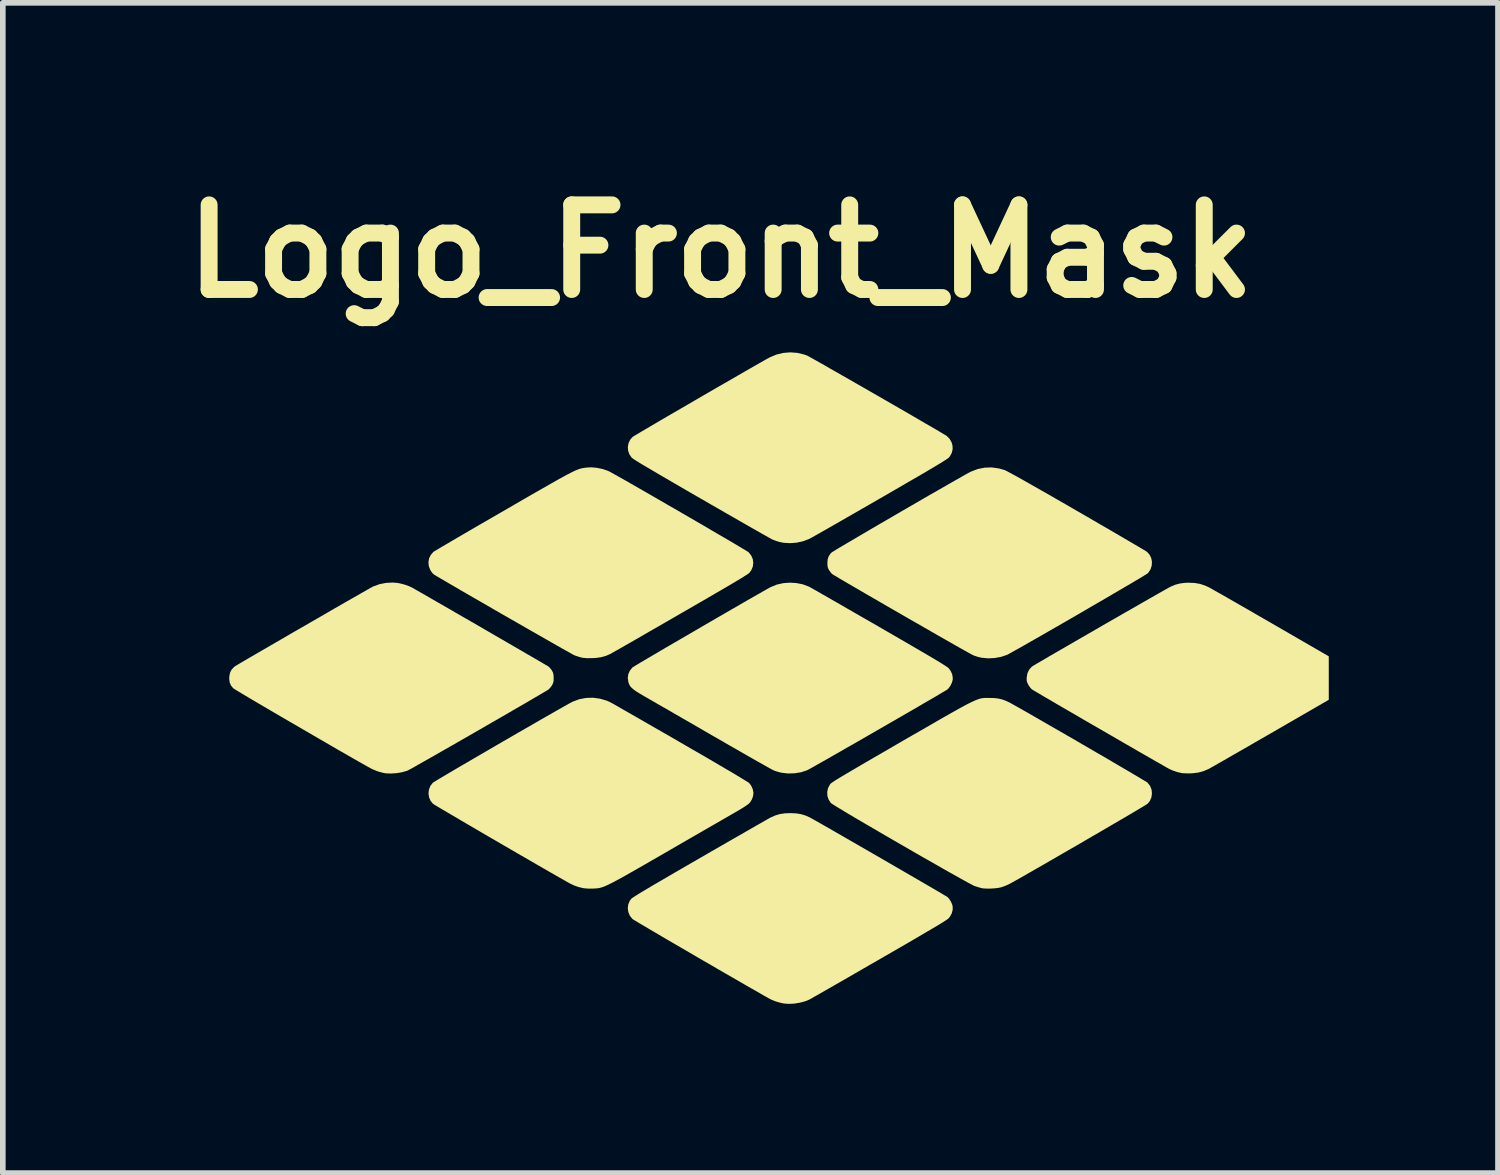
<source format=kicad_pcb>
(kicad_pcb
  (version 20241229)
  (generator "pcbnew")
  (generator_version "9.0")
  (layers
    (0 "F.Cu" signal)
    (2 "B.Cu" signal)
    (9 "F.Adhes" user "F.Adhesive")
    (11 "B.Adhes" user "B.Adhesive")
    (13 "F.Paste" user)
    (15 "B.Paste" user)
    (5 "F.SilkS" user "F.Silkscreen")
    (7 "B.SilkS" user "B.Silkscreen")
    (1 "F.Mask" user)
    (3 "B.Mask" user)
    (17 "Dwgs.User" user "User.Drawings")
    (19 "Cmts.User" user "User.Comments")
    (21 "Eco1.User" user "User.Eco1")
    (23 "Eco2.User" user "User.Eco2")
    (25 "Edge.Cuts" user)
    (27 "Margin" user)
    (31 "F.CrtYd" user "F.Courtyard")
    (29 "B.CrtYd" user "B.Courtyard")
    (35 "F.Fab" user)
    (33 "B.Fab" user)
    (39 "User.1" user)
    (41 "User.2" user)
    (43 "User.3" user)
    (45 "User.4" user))
  (footprint "Logo_Front_Mask"
    (layer "F.Cu")
    (at 9.729 14.404)
    (property "Reference" "Logo_Front_Mask" (at 0 -13 0) (layer "F.SilkS") (effects (font (size 1.5 1.5) (thickness 0.3))))
    (attr board_only exclude_from_pos_files exclude_from_bom)
    (fp_poly (pts (xy 8.403 -7.118) (xy 8.5 -7.101) (xy 8.593 -7.069) (xy 8.662 -7.037) (xy 8.684 -7.025) (xy 8.723 -7.003) (xy 8.777 -6.972) (xy 8.846 -6.933) (xy 8.927 -6.887) (xy 9.021 -6.833) (xy 9.124 -6.774) (xy 9.237 -6.709) (xy 9.358 -6.64) (xy 9.485 -6.566) (xy 9.617 -6.49) (xy 9.753 -6.412) (xy 9.768 -6.403) (xy 10.779 -5.818) (xy 10.779 -5.433) (xy 10.779 -5.047) (xy 9.739 -4.446) (xy 9.602 -4.367) (xy 9.469 -4.291) (xy 9.342 -4.217) (xy 9.222 -4.148) (xy 9.109 -4.084) (xy 9.006 -4.024) (xy 8.914 -3.971) (xy 8.833 -3.925) (xy 8.765 -3.886) (xy 8.711 -3.856) (xy 8.673 -3.834) (xy 8.651 -3.822) (xy 8.647 -3.82) (xy 8.555 -3.781) (xy 8.46 -3.756) (xy 8.356 -3.744) (xy 8.332 -3.743) (xy 8.278 -3.742) (xy 8.227 -3.744) (xy 8.185 -3.746) (xy 8.166 -3.749) (xy 8.087 -3.768) (xy 8.007 -3.796) (xy 7.958 -3.818) (xy 7.939 -3.828) (xy 7.903 -3.848) (xy 7.852 -3.877) (xy 7.788 -3.914) (xy 7.71 -3.958) (xy 7.622 -4.009) (xy 7.524 -4.065) (xy 7.417 -4.126) (xy 7.304 -4.192) (xy 7.184 -4.261) (xy 7.059 -4.333) (xy 6.932 -4.407) (xy 6.802 -4.482) (xy 6.672 -4.557) (xy 6.542 -4.632) (xy 6.414 -4.706) (xy 6.29 -4.779) (xy 6.17 -4.848) (xy 6.057 -4.914) (xy 5.95 -4.976) (xy 5.852 -5.034) (xy 5.764 -5.085) (xy 5.687 -5.13) (xy 5.623 -5.168) (xy 5.572 -5.198) (xy 5.537 -5.219) (xy 5.518 -5.231) (xy 5.516 -5.232) (xy 5.49 -5.258) (xy 5.464 -5.294) (xy 5.449 -5.319) (xy 5.433 -5.354) (xy 5.424 -5.383) (xy 5.423 -5.417) (xy 5.424 -5.446) (xy 5.437 -5.519) (xy 5.467 -5.581) (xy 5.51 -5.63) (xy 5.519 -5.637) (xy 5.533 -5.647) (xy 5.565 -5.666) (xy 5.612 -5.694) (xy 5.674 -5.73) (xy 5.748 -5.773) (xy 5.834 -5.824) (xy 5.931 -5.88) (xy 6.036 -5.941) (xy 6.149 -6.006) (xy 6.268 -6.075) (xy 6.393 -6.147) (xy 6.521 -6.221) (xy 6.651 -6.296) (xy 6.782 -6.372) (xy 6.913 -6.447) (xy 7.042 -6.521) (xy 7.168 -6.594) (xy 7.29 -6.663) (xy 7.406 -6.73) (xy 7.515 -6.792) (xy 7.616 -6.85) (xy 7.707 -6.902) (xy 7.787 -6.947) (xy 7.855 -6.986) (xy 7.909 -7.016) (xy 7.948 -7.038) (xy 7.97 -7.05) (xy 7.974 -7.052) (xy 8.06 -7.088) (xy 8.144 -7.11) (xy 8.233 -7.121) (xy 8.295 -7.123)) (stroke (width 0) (type solid)) (fill yes) (layer "F.SilkS"))
    (fp_poly (pts (xy 1.356 -11.198) (xy 1.477 -11.169) (xy 1.525 -11.152) (xy 1.541 -11.145) (xy 1.573 -11.127) (xy 1.62 -11.101) (xy 1.682 -11.066) (xy 1.757 -11.024) (xy 1.844 -10.975) (xy 1.94 -10.919) (xy 2.046 -10.859) (xy 2.159 -10.794) (xy 2.279 -10.726) (xy 2.404 -10.654) (xy 2.532 -10.581) (xy 2.663 -10.505) (xy 2.795 -10.43) (xy 2.926 -10.354) (xy 3.056 -10.279) (xy 3.183 -10.206) (xy 3.306 -10.135) (xy 3.423 -10.067) (xy 3.533 -10.003) (xy 3.635 -9.943) (xy 3.728 -9.89) (xy 3.81 -9.842) (xy 3.879 -9.801) (xy 3.935 -9.768) (xy 3.977 -9.743) (xy 4.002 -9.728) (xy 4.008 -9.723) (xy 4.057 -9.674) (xy 4.092 -9.611) (xy 4.107 -9.561) (xy 4.111 -9.492) (xy 4.095 -9.424) (xy 4.061 -9.362) (xy 4.045 -9.343) (xy 4.035 -9.334) (xy 4.016 -9.32) (xy 3.989 -9.302) (xy 3.951 -9.278) (xy 3.904 -9.248) (xy 3.845 -9.213) (xy 3.774 -9.17) (xy 3.69 -9.121) (xy 3.593 -9.063) (xy 3.481 -8.998) (xy 3.354 -8.925) (xy 3.212 -8.842) (xy 3.053 -8.75) (xy 2.877 -8.648) (xy 2.816 -8.613) (xy 2.669 -8.528) (xy 2.526 -8.446) (xy 2.389 -8.367) (xy 2.258 -8.292) (xy 2.135 -8.221) (xy 2.021 -8.156) (xy 1.917 -8.096) (xy 1.823 -8.043) (xy 1.743 -7.997) (xy 1.675 -7.959) (xy 1.622 -7.929) (xy 1.585 -7.909) (xy 1.565 -7.898) (xy 1.563 -7.897) (xy 1.459 -7.858) (xy 1.345 -7.833) (xy 1.228 -7.824) (xy 1.114 -7.831) (xy 1.047 -7.844) (xy 0.996 -7.859) (xy 0.941 -7.879) (xy 0.905 -7.894) (xy 0.887 -7.904) (xy 0.853 -7.923) (xy 0.803 -7.951) (xy 0.737 -7.988) (xy 0.659 -8.033) (xy 0.567 -8.085) (xy 0.465 -8.143) (xy 0.352 -8.208) (xy 0.23 -8.278) (xy 0.1 -8.352) (xy -0.036 -8.431) (xy -0.178 -8.512) (xy -0.324 -8.597) (xy -0.353 -8.613) (xy -0.535 -8.718) (xy -0.7 -8.814) (xy -0.848 -8.9) (xy -0.98 -8.977) (xy -1.097 -9.045) (xy -1.199 -9.105) (xy -1.287 -9.157) (xy -1.362 -9.201) (xy -1.425 -9.239) (xy -1.476 -9.271) (xy -1.517 -9.296) (xy -1.547 -9.316) (xy -1.568 -9.331) (xy -1.58 -9.341) (xy -1.582 -9.343) (xy -1.621 -9.4) (xy -1.643 -9.463) (xy -1.648 -9.53) (xy -1.636 -9.596) (xy -1.608 -9.656) (xy -1.564 -9.707) (xy -1.562 -9.708) (xy -1.549 -9.717) (xy -1.518 -9.736) (xy -1.472 -9.763) (xy -1.412 -9.799) (xy -1.339 -9.842) (xy -1.254 -9.892) (xy -1.159 -9.948) (xy -1.055 -10.009) (xy -0.944 -10.074) (xy -0.825 -10.143) (xy -0.702 -10.214) (xy -0.575 -10.288) (xy -0.446 -10.363) (xy -0.316 -10.439) (xy -0.186 -10.514) (xy -0.057 -10.589) (xy 0.069 -10.661) (xy 0.19 -10.731) (xy 0.306 -10.798) (xy 0.415 -10.861) (xy 0.516 -10.919) (xy 0.607 -10.971) (xy 0.688 -11.017) (xy 0.756 -11.056) (xy 0.811 -11.087) (xy 0.852 -11.109) (xy 0.874 -11.121) (xy 0.987 -11.168) (xy 1.108 -11.197) (xy 1.232 -11.207)) (stroke (width 0) (type solid)) (fill yes) (layer "F.SilkS"))
    (fp_poly (pts (xy 4.93 -9.149) (xy 5.024 -9.123) (xy 5.043 -9.115) (xy 5.074 -9.1) (xy 5.117 -9.077) (xy 5.173 -9.047) (xy 5.243 -9.009) (xy 5.326 -8.962) (xy 5.424 -8.907) (xy 5.536 -8.843) (xy 5.665 -8.77) (xy 5.809 -8.688) (xy 5.97 -8.595) (xy 6.148 -8.493) (xy 6.313 -8.397) (xy 6.461 -8.312) (xy 6.604 -8.229) (xy 6.741 -8.149) (xy 6.872 -8.074) (xy 6.994 -8.002) (xy 7.108 -7.936) (xy 7.211 -7.875) (xy 7.304 -7.821) (xy 7.383 -7.774) (xy 7.45 -7.735) (xy 7.502 -7.704) (xy 7.538 -7.682) (xy 7.557 -7.669) (xy 7.559 -7.668) (xy 7.603 -7.618) (xy 7.632 -7.558) (xy 7.644 -7.493) (xy 7.64 -7.426) (xy 7.62 -7.363) (xy 7.584 -7.306) (xy 7.567 -7.288) (xy 7.554 -7.279) (xy 7.523 -7.26) (xy 7.477 -7.231) (xy 7.417 -7.195) (xy 7.343 -7.152) (xy 7.258 -7.101) (xy 7.162 -7.045) (xy 7.058 -6.984) (xy 6.945 -6.918) (xy 6.826 -6.848) (xy 6.702 -6.776) (xy 6.574 -6.702) (xy 6.444 -6.626) (xy 6.312 -6.549) (xy 6.18 -6.473) (xy 6.05 -6.398) (xy 5.922 -6.324) (xy 5.798 -6.253) (xy 5.68 -6.185) (xy 5.568 -6.121) (xy 5.464 -6.062) (xy 5.37 -6.008) (xy 5.286 -5.96) (xy 5.213 -5.92) (xy 5.154 -5.887) (xy 5.11 -5.862) (xy 5.081 -5.847) (xy 5.072 -5.843) (xy 4.968 -5.808) (xy 4.856 -5.788) (xy 4.741 -5.782) (xy 4.631 -5.792) (xy 4.604 -5.797) (xy 4.556 -5.809) (xy 4.504 -5.826) (xy 4.476 -5.837) (xy 4.459 -5.845) (xy 4.426 -5.863) (xy 4.377 -5.89) (xy 4.314 -5.925) (xy 4.238 -5.968) (xy 4.151 -6.017) (xy 4.054 -6.073) (xy 3.948 -6.133) (xy 3.834 -6.198) (xy 3.714 -6.267) (xy 3.589 -6.339) (xy 3.46 -6.413) (xy 3.329 -6.488) (xy 3.197 -6.564) (xy 3.065 -6.64) (xy 2.935 -6.715) (xy 2.808 -6.789) (xy 2.685 -6.86) (xy 2.567 -6.928) (xy 2.456 -6.993) (xy 2.353 -7.053) (xy 2.26 -7.107) (xy 2.177 -7.156) (xy 2.106 -7.197) (xy 2.049 -7.232) (xy 2.006 -7.257) (xy 1.979 -7.274) (xy 1.97 -7.281) (xy 1.95 -7.303) (xy 1.927 -7.335) (xy 1.917 -7.35) (xy 1.901 -7.382) (xy 1.893 -7.412) (xy 1.89 -7.451) (xy 1.89 -7.472) (xy 1.895 -7.538) (xy 1.913 -7.591) (xy 1.945 -7.639) (xy 1.963 -7.657) (xy 1.976 -7.666) (xy 2.006 -7.685) (xy 2.051 -7.713) (xy 2.111 -7.749) (xy 2.184 -7.792) (xy 2.269 -7.842) (xy 2.364 -7.898) (xy 2.468 -7.959) (xy 2.58 -8.025) (xy 2.698 -8.094) (xy 2.821 -8.166) (xy 2.949 -8.24) (xy 3.079 -8.316) (xy 3.21 -8.392) (xy 3.341 -8.468) (xy 3.471 -8.543) (xy 3.598 -8.617) (xy 3.721 -8.688) (xy 3.839 -8.755) (xy 3.95 -8.819) (xy 4.053 -8.878) (xy 4.147 -8.932) (xy 4.231 -8.979) (xy 4.302 -9.02) (xy 4.361 -9.053) (xy 4.405 -9.077) (xy 4.433 -9.092) (xy 4.439 -9.094) (xy 4.557 -9.139) (xy 4.68 -9.163) (xy 4.804 -9.167)) (stroke (width 0) (type solid)) (fill yes) (layer "F.SilkS"))
    (fp_poly (pts (xy 1.333 -3.034) (xy 1.421 -3.02) (xy 1.503 -2.995) (xy 1.581 -2.96) (xy 1.602 -2.948) (xy 1.639 -2.928) (xy 1.691 -2.898) (xy 1.757 -2.861) (xy 1.835 -2.816) (xy 1.925 -2.765) (xy 2.024 -2.708) (xy 2.131 -2.646) (xy 2.246 -2.58) (xy 2.366 -2.511) (xy 2.491 -2.439) (xy 2.619 -2.365) (xy 2.749 -2.29) (xy 2.879 -2.215) (xy 3.008 -2.14) (xy 3.136 -2.066) (xy 3.26 -1.994) (xy 3.379 -1.925) (xy 3.491 -1.86) (xy 3.597 -1.798) (xy 3.694 -1.742) (xy 3.78 -1.692) (xy 3.855 -1.648) (xy 3.918 -1.611) (xy 3.966 -1.582) (xy 3.999 -1.563) (xy 4.016 -1.552) (xy 4.017 -1.552) (xy 4.048 -1.519) (xy 4.078 -1.473) (xy 4.101 -1.422) (xy 4.111 -1.383) (xy 4.111 -1.324) (xy 4.095 -1.262) (xy 4.064 -1.204) (xy 4.039 -1.173) (xy 4.028 -1.164) (xy 4.008 -1.149) (xy 3.979 -1.13) (xy 3.94 -1.105) (xy 3.89 -1.074) (xy 3.828 -1.037) (xy 3.754 -0.993) (xy 3.667 -0.942) (xy 3.567 -0.883) (xy 3.451 -0.815) (xy 3.321 -0.739) (xy 3.174 -0.654) (xy 3.011 -0.56) (xy 2.831 -0.456) (xy 2.811 -0.444) (xy 2.664 -0.36) (xy 2.522 -0.278) (xy 2.385 -0.199) (xy 2.255 -0.124) (xy 2.133 -0.054) (xy 2.02 0.011) (xy 1.917 0.07) (xy 1.825 0.123) (xy 1.746 0.168) (xy 1.679 0.206) (xy 1.628 0.235) (xy 1.592 0.256) (xy 1.573 0.266) (xy 1.572 0.267) (xy 1.493 0.299) (xy 1.401 0.323) (xy 1.305 0.339) (xy 1.21 0.344) (xy 1.125 0.338) (xy 1.121 0.338) (xy 1.044 0.321) (xy 0.967 0.298) (xy 0.9 0.271) (xy 0.892 0.267) (xy 0.867 0.254) (xy 0.826 0.231) (xy 0.77 0.2) (xy 0.702 0.161) (xy 0.621 0.114) (xy 0.529 0.062) (xy 0.428 0.004) (xy 0.319 -0.059) (xy 0.203 -0.126) (xy 0.081 -0.196) (xy -0.045 -0.269) (xy -0.173 -0.344) (xy -0.304 -0.419) (xy -0.434 -0.495) (xy -0.564 -0.571) (xy -0.691 -0.645) (xy -0.815 -0.717) (xy -0.934 -0.786) (xy -1.046 -0.852) (xy -1.151 -0.914) (xy -1.247 -0.97) (xy -1.333 -1.021) (xy -1.408 -1.065) (xy -1.47 -1.102) (xy -1.518 -1.131) (xy -1.55 -1.151) (xy -1.566 -1.161) (xy -1.567 -1.162) (xy -1.612 -1.218) (xy -1.639 -1.282) (xy -1.649 -1.349) (xy -1.641 -1.417) (xy -1.615 -1.481) (xy -1.587 -1.519) (xy -1.577 -1.528) (xy -1.557 -1.542) (xy -1.526 -1.562) (xy -1.485 -1.588) (xy -1.432 -1.621) (xy -1.367 -1.66) (xy -1.288 -1.707) (xy -1.196 -1.762) (xy -1.089 -1.824) (xy -0.967 -1.895) (xy -0.829 -1.976) (xy -0.675 -2.065) (xy -0.504 -2.164) (xy -0.374 -2.239) (xy -0.227 -2.324) (xy -0.085 -2.406) (xy 0.053 -2.485) (xy 0.184 -2.561) (xy 0.307 -2.631) (xy 0.422 -2.697) (xy 0.526 -2.757) (xy 0.62 -2.811) (xy 0.701 -2.857) (xy 0.769 -2.896) (xy 0.822 -2.926) (xy 0.86 -2.948) (xy 0.881 -2.959) (xy 0.882 -2.96) (xy 0.964 -2.996) (xy 1.046 -3.021) (xy 1.134 -3.034) (xy 1.232 -3.038)) (stroke (width 0) (type solid)) (fill yes) (layer "F.SilkS"))
    (fp_poly (pts (xy 1.339 -7.117) (xy 1.452 -7.095) (xy 1.556 -7.056) (xy 1.572 -7.049) (xy 1.587 -7.04) (xy 1.62 -7.022) (xy 1.669 -6.994) (xy 1.733 -6.958) (xy 1.81 -6.913) (xy 1.9 -6.862) (xy 2.001 -6.804) (xy 2.113 -6.74) (xy 2.233 -6.67) (xy 2.362 -6.596) (xy 2.498 -6.518) (xy 2.639 -6.437) (xy 2.785 -6.353) (xy 2.811 -6.338) (xy 2.993 -6.232) (xy 3.158 -6.137) (xy 3.306 -6.051) (xy 3.438 -5.974) (xy 3.555 -5.906) (xy 3.657 -5.846) (xy 3.746 -5.794) (xy 3.821 -5.749) (xy 3.884 -5.711) (xy 3.935 -5.679) (xy 3.975 -5.654) (xy 4.005 -5.634) (xy 4.026 -5.619) (xy 4.038 -5.609) (xy 4.039 -5.609) (xy 4.077 -5.557) (xy 4.103 -5.497) (xy 4.113 -5.435) (xy 4.111 -5.399) (xy 4.097 -5.35) (xy 4.073 -5.3) (xy 4.043 -5.256) (xy 4.017 -5.23) (xy 4.002 -5.22) (xy 3.97 -5.201) (xy 3.922 -5.173) (xy 3.86 -5.136) (xy 3.786 -5.092) (xy 3.699 -5.042) (xy 3.602 -4.986) (xy 3.497 -4.924) (xy 3.383 -4.858) (xy 3.263 -4.789) (xy 3.139 -4.717) (xy 3.01 -4.643) (xy 2.879 -4.567) (xy 2.747 -4.491) (xy 2.615 -4.415) (xy 2.485 -4.34) (xy 2.358 -4.267) (xy 2.234 -4.197) (xy 2.117 -4.129) (xy 2.006 -4.066) (xy 1.904 -4.007) (xy 1.81 -3.954) (xy 1.728 -3.908) (xy 1.658 -3.868) (xy 1.601 -3.836) (xy 1.559 -3.813) (xy 1.533 -3.799) (xy 1.526 -3.796) (xy 1.421 -3.762) (xy 1.306 -3.744) (xy 1.19 -3.741) (xy 1.079 -3.754) (xy 1.069 -3.756) (xy 1.02 -3.768) (xy 0.969 -3.784) (xy 0.935 -3.797) (xy 0.918 -3.806) (xy 0.884 -3.824) (xy 0.834 -3.852) (xy 0.77 -3.888) (xy 0.693 -3.931) (xy 0.603 -3.982) (xy 0.503 -4.039) (xy 0.393 -4.102) (xy 0.275 -4.17) (xy 0.15 -4.241) (xy 0.019 -4.317) (xy -0.117 -4.395) (xy -0.15 -4.414) (xy -0.289 -4.494) (xy -0.426 -4.574) (xy -0.56 -4.651) (xy -0.689 -4.725) (xy -0.811 -4.796) (xy -0.925 -4.862) (xy -1.03 -4.922) (xy -1.124 -4.976) (xy -1.205 -5.023) (xy -1.273 -5.062) (xy -1.326 -5.093) (xy -1.362 -5.113) (xy -1.363 -5.114) (xy -1.439 -5.159) (xy -1.499 -5.196) (xy -1.545 -5.229) (xy -1.579 -5.258) (xy -1.604 -5.285) (xy -1.621 -5.314) (xy -1.634 -5.346) (xy -1.638 -5.359) (xy -1.649 -5.432) (xy -1.64 -5.501) (xy -1.611 -5.566) (xy -1.567 -5.62) (xy -1.554 -5.628) (xy -1.525 -5.646) (xy -1.481 -5.673) (xy -1.421 -5.709) (xy -1.349 -5.751) (xy -1.265 -5.801) (xy -1.171 -5.856) (xy -1.068 -5.917) (xy -0.957 -5.982) (xy -0.839 -6.051) (xy -0.716 -6.122) (xy -0.589 -6.196) (xy -0.46 -6.271) (xy -0.33 -6.347) (xy -0.199 -6.423) (xy -0.07 -6.498) (xy 0.057 -6.571) (xy 0.179 -6.642) (xy 0.297 -6.71) (xy 0.407 -6.774) (xy 0.51 -6.833) (xy 0.604 -6.887) (xy 0.687 -6.934) (xy 0.759 -6.975) (xy 0.817 -7.008) (xy 0.861 -7.032) (xy 0.889 -7.048) (xy 0.893 -7.049) (xy 0.995 -7.09) (xy 1.106 -7.115) (xy 1.222 -7.124)) (stroke (width 0) (type solid)) (fill yes) (layer "F.SilkS"))
    (fp_poly (pts (xy -5.732 -7.119) (xy -5.663 -7.105) (xy -5.592 -7.085) (xy -5.526 -7.061) (xy -5.473 -7.036) (xy -5.47 -7.035) (xy -5.401 -6.995) (xy -5.319 -6.948) (xy -5.226 -6.895) (xy -5.124 -6.836) (xy -5.013 -6.772) (xy -4.896 -6.705) (xy -4.773 -6.634) (xy -4.646 -6.56) (xy -4.515 -6.485) (xy -4.383 -6.409) (xy -4.25 -6.332) (xy -4.118 -6.255) (xy -3.989 -6.18) (xy -3.862 -6.107) (xy -3.74 -6.036) (xy -3.624 -5.969) (xy -3.515 -5.906) (xy -3.415 -5.847) (xy -3.324 -5.795) (xy -3.244 -5.748) (xy -3.177 -5.709) (xy -3.123 -5.677) (xy -3.084 -5.655) (xy -3.061 -5.641) (xy -3.055 -5.637) (xy -3.03 -5.613) (xy -3.003 -5.58) (xy -2.992 -5.562) (xy -2.976 -5.532) (xy -2.968 -5.503) (xy -2.964 -5.468) (xy -2.963 -5.434) (xy -2.964 -5.389) (xy -2.969 -5.356) (xy -2.98 -5.328) (xy -2.992 -5.305) (xy -3.016 -5.271) (xy -3.043 -5.24) (xy -3.056 -5.229) (xy -3.071 -5.219) (xy -3.104 -5.199) (xy -3.152 -5.171) (xy -3.214 -5.134) (xy -3.29 -5.09) (xy -3.377 -5.039) (xy -3.474 -4.982) (xy -3.58 -4.921) (xy -3.694 -4.855) (xy -3.814 -4.785) (xy -3.939 -4.713) (xy -4.068 -4.639) (xy -4.199 -4.563) (xy -4.331 -4.487) (xy -4.463 -4.411) (xy -4.594 -4.336) (xy -4.721 -4.263) (xy -4.845 -4.192) (xy -4.963 -4.125) (xy -5.074 -4.061) (xy -5.176 -4.003) (xy -5.27 -3.95) (xy -5.353 -3.903) (xy -5.423 -3.863) (xy -5.48 -3.831) (xy -5.523 -3.808) (xy -5.549 -3.794) (xy -5.557 -3.79) (xy -5.646 -3.764) (xy -5.744 -3.747) (xy -5.843 -3.74) (xy -5.935 -3.743) (xy -5.978 -3.75) (xy -6.077 -3.776) (xy -6.175 -3.816) (xy -6.189 -3.823) (xy -6.216 -3.837) (xy -6.259 -3.861) (xy -6.316 -3.893) (xy -6.387 -3.933) (xy -6.469 -3.98) (xy -6.562 -4.033) (xy -6.664 -4.092) (xy -6.775 -4.155) (xy -6.892 -4.223) (xy -7.014 -4.294) (xy -7.14 -4.367) (xy -7.269 -4.442) (xy -7.4 -4.518) (xy -7.53 -4.594) (xy -7.66 -4.669) (xy -7.787 -4.743) (xy -7.91 -4.815) (xy -8.028 -4.884) (xy -8.14 -4.95) (xy -8.244 -5.011) (xy -8.339 -5.067) (xy -8.423 -5.117) (xy -8.496 -5.161) (xy -8.556 -5.197) (xy -8.601 -5.224) (xy -8.631 -5.243) (xy -8.645 -5.252) (xy -8.645 -5.252) (xy -8.684 -5.301) (xy -8.707 -5.355) (xy -8.715 -5.421) (xy -8.714 -5.453) (xy -8.702 -5.523) (xy -8.674 -5.581) (xy -8.629 -5.629) (xy -8.619 -5.637) (xy -8.605 -5.646) (xy -8.574 -5.665) (xy -8.528 -5.692) (xy -8.467 -5.728) (xy -8.394 -5.771) (xy -8.308 -5.821) (xy -8.213 -5.876) (xy -8.108 -5.937) (xy -7.996 -6.002) (xy -7.877 -6.071) (xy -7.753 -6.143) (xy -7.626 -6.217) (xy -7.496 -6.292) (xy -7.365 -6.367) (xy -7.234 -6.443) (xy -7.105 -6.517) (xy -6.979 -6.59) (xy -6.857 -6.661) (xy -6.74 -6.728) (xy -6.631 -6.791) (xy -6.529 -6.849) (xy -6.437 -6.901) (xy -6.356 -6.948) (xy -6.287 -6.987) (xy -6.231 -7.019) (xy -6.19 -7.042) (xy -6.165 -7.055) (xy -6.159 -7.058) (xy -6.05 -7.097) (xy -5.934 -7.12) (xy -5.818 -7.126)) (stroke (width 0) (type solid)) (fill yes) (layer "F.SilkS"))
    (fp_poly (pts (xy -2.142 -5.067) (xy -2.022 -5.032) (xy -1.958 -5.003) (xy -1.942 -4.994) (xy -1.908 -4.976) (xy -1.859 -4.948) (xy -1.795 -4.911) (xy -1.718 -4.867) (xy -1.627 -4.815) (xy -1.526 -4.757) (xy -1.414 -4.693) (xy -1.293 -4.623) (xy -1.164 -4.549) (xy -1.029 -4.471) (xy -0.887 -4.39) (xy -0.741 -4.305) (xy -0.716 -4.291) (xy -0.52 -4.177) (xy -0.341 -4.074) (xy -0.181 -3.981) (xy -0.038 -3.897) (xy 0.088 -3.823) (xy 0.197 -3.759) (xy 0.289 -3.704) (xy 0.364 -3.659) (xy 0.424 -3.622) (xy 0.468 -3.595) (xy 0.496 -3.576) (xy 0.508 -3.566) (xy 0.541 -3.52) (xy 0.566 -3.464) (xy 0.578 -3.406) (xy 0.579 -3.391) (xy 0.571 -3.334) (xy 0.549 -3.276) (xy 0.517 -3.226) (xy 0.507 -3.215) (xy 0.484 -3.195) (xy 0.446 -3.168) (xy 0.399 -3.137) (xy 0.346 -3.105) (xy 0.32 -3.089) (xy 0.292 -3.073) (xy 0.247 -3.047) (xy 0.186 -3.012) (xy 0.111 -2.969) (xy 0.023 -2.918) (xy -0.077 -2.86) (xy -0.186 -2.797) (xy -0.305 -2.729) (xy -0.431 -2.656) (xy -0.563 -2.58) (xy -0.7 -2.501) (xy -0.84 -2.42) (xy -0.896 -2.387) (xy -1.066 -2.289) (xy -1.219 -2.201) (xy -1.356 -2.122) (xy -1.478 -2.052) (xy -1.587 -1.99) (xy -1.682 -1.936) (xy -1.765 -1.889) (xy -1.838 -1.85) (xy -1.901 -1.816) (xy -1.956 -1.788) (xy -2.003 -1.765) (xy -2.044 -1.747) (xy -2.079 -1.732) (xy -2.11 -1.722) (xy -2.138 -1.714) (xy -2.165 -1.708) (xy -2.19 -1.705) (xy -2.215 -1.703) (xy -2.241 -1.701) (xy -2.27 -1.7) (xy -2.272 -1.7) (xy -2.355 -1.7) (xy -2.425 -1.706) (xy -2.453 -1.711) (xy -2.532 -1.731) (xy -2.601 -1.756) (xy -2.659 -1.783) (xy -2.684 -1.796) (xy -2.725 -1.819) (xy -2.781 -1.851) (xy -2.85 -1.89) (xy -2.931 -1.936) (xy -3.023 -1.989) (xy -3.124 -2.047) (xy -3.233 -2.11) (xy -3.349 -2.177) (xy -3.471 -2.248) (xy -3.597 -2.32) (xy -3.725 -2.395) (xy -3.855 -2.47) (xy -3.985 -2.546) (xy -4.115 -2.621) (xy -4.241 -2.695) (xy -4.364 -2.767) (xy -4.482 -2.836) (xy -4.594 -2.901) (xy -4.698 -2.963) (xy -4.794 -3.019) (xy -4.878 -3.069) (xy -4.952 -3.112) (xy -5.012 -3.148) (xy -5.059 -3.176) (xy -5.089 -3.195) (xy -5.104 -3.204) (xy -5.104 -3.205) (xy -5.147 -3.259) (xy -5.173 -3.321) (xy -5.182 -3.388) (xy -5.174 -3.455) (xy -5.15 -3.518) (xy -5.108 -3.573) (xy -5.104 -3.577) (xy -5.091 -3.586) (xy -5.061 -3.604) (xy -5.016 -3.632) (xy -4.956 -3.668) (xy -4.883 -3.711) (xy -4.799 -3.761) (xy -4.704 -3.817) (xy -4.6 -3.878) (xy -4.488 -3.943) (xy -4.37 -4.012) (xy -4.246 -4.084) (xy -4.119 -4.158) (xy -3.989 -4.234) (xy -3.858 -4.31) (xy -3.726 -4.386) (xy -3.597 -4.461) (xy -3.47 -4.534) (xy -3.346 -4.605) (xy -3.229 -4.673) (xy -3.117 -4.737) (xy -3.014 -4.796) (xy -2.92 -4.85) (xy -2.836 -4.897) (xy -2.765 -4.938) (xy -2.706 -4.971) (xy -2.662 -4.995) (xy -2.633 -5.01) (xy -2.626 -5.014) (xy -2.51 -5.057) (xy -2.389 -5.08) (xy -2.265 -5.084)) (stroke (width 0) (type solid)) (fill yes) (layer "F.SilkS"))
    (fp_poly (pts (xy -2.198 -9.16) (xy -2.096 -9.139) (xy -2.001 -9.107) (xy -1.987 -9.1) (xy -1.966 -9.09) (xy -1.929 -9.069) (xy -1.877 -9.04) (xy -1.811 -9.003) (xy -1.732 -8.959) (xy -1.643 -8.908) (xy -1.543 -8.851) (xy -1.435 -8.789) (xy -1.32 -8.723) (xy -1.199 -8.653) (xy -1.074 -8.581) (xy -0.945 -8.506) (xy -0.814 -8.431) (xy -0.683 -8.355) (xy -0.552 -8.279) (xy -0.423 -8.204) (xy -0.297 -8.131) (xy -0.177 -8.06) (xy -0.062 -7.993) (xy 0.046 -7.93) (xy 0.146 -7.872) (xy 0.235 -7.819) (xy 0.313 -7.773) (xy 0.379 -7.733) (xy 0.432 -7.702) (xy 0.469 -7.679) (xy 0.489 -7.666) (xy 0.493 -7.663) (xy 0.539 -7.606) (xy 0.567 -7.542) (xy 0.576 -7.474) (xy 0.567 -7.407) (xy 0.54 -7.343) (xy 0.507 -7.299) (xy 0.497 -7.29) (xy 0.477 -7.275) (xy 0.447 -7.256) (xy 0.406 -7.23) (xy 0.355 -7.198) (xy 0.291 -7.16) (xy 0.214 -7.114) (xy 0.124 -7.061) (xy 0.02 -7) (xy -0.099 -6.931) (xy -0.234 -6.852) (xy -0.385 -6.765) (xy -0.552 -6.668) (xy -0.721 -6.571) (xy -0.868 -6.486) (xy -1.01 -6.404) (xy -1.147 -6.325) (xy -1.276 -6.251) (xy -1.398 -6.18) (xy -1.511 -6.115) (xy -1.614 -6.056) (xy -1.706 -6.004) (xy -1.785 -5.958) (xy -1.851 -5.921) (xy -1.902 -5.892) (xy -1.938 -5.872) (xy -1.956 -5.861) (xy -1.958 -5.86) (xy -2.039 -5.825) (xy -2.123 -5.802) (xy -2.216 -5.789) (xy -2.279 -5.786) (xy -2.366 -5.785) (xy -2.435 -5.79) (xy -2.468 -5.796) (xy -2.515 -5.809) (xy -2.566 -5.826) (xy -2.595 -5.836) (xy -2.61 -5.844) (xy -2.643 -5.862) (xy -2.691 -5.889) (xy -2.754 -5.924) (xy -2.829 -5.966) (xy -2.916 -6.016) (xy -3.013 -6.071) (xy -3.119 -6.132) (xy -3.233 -6.197) (xy -3.353 -6.265) (xy -3.478 -6.337) (xy -3.607 -6.411) (xy -3.738 -6.486) (xy -3.871 -6.562) (xy -4.003 -6.638) (xy -4.133 -6.714) (xy -4.26 -6.787) (xy -4.384 -6.858) (xy -4.501 -6.926) (xy -4.612 -6.99) (xy -4.714 -7.05) (xy -4.807 -7.104) (xy -4.889 -7.152) (xy -4.959 -7.193) (xy -5.016 -7.226) (xy -5.057 -7.251) (xy -5.083 -7.267) (xy -5.09 -7.271) (xy -5.113 -7.294) (xy -5.137 -7.327) (xy -5.152 -7.352) (xy -5.177 -7.417) (xy -5.183 -7.486) (xy -5.172 -7.553) (xy -5.143 -7.614) (xy -5.098 -7.666) (xy -5.096 -7.668) (xy -5.083 -7.677) (xy -5.052 -7.696) (xy -5.005 -7.724) (xy -4.943 -7.761) (xy -4.867 -7.805) (xy -4.779 -7.857) (xy -4.679 -7.916) (xy -4.569 -7.98) (xy -4.449 -8.05) (xy -4.32 -8.125) (xy -4.185 -8.203) (xy -4.043 -8.285) (xy -3.896 -8.37) (xy -3.841 -8.402) (xy -3.663 -8.505) (xy -3.503 -8.598) (xy -3.359 -8.681) (xy -3.23 -8.755) (xy -3.115 -8.82) (xy -3.014 -8.878) (xy -2.924 -8.929) (xy -2.846 -8.973) (xy -2.778 -9.01) (xy -2.719 -9.042) (xy -2.668 -9.068) (xy -2.625 -9.09) (xy -2.587 -9.108) (xy -2.555 -9.122) (xy -2.526 -9.133) (xy -2.501 -9.142) (xy -2.478 -9.148) (xy -2.456 -9.153) (xy -2.433 -9.157) (xy -2.41 -9.16) (xy -2.392 -9.163) (xy -2.299 -9.169)) (stroke (width 0) (type solid)) (fill yes) (layer "F.SilkS"))
    (fp_poly (pts (xy 4.844 -5.078) (xy 4.917 -5.07) (xy 4.983 -5.055) (xy 5.05 -5.031) (xy 5.1 -5.008) (xy 5.123 -4.997) (xy 5.162 -4.975) (xy 5.216 -4.945) (xy 5.284 -4.907) (xy 5.363 -4.862) (xy 5.454 -4.81) (xy 5.555 -4.752) (xy 5.663 -4.69) (xy 5.779 -4.623) (xy 5.9 -4.553) (xy 6.026 -4.481) (xy 6.155 -4.406) (xy 6.286 -4.331) (xy 6.417 -4.254) (xy 6.547 -4.179) (xy 6.675 -4.104) (xy 6.8 -4.032) (xy 6.919 -3.962) (xy 7.033 -3.895) (xy 7.139 -3.833) (xy 7.237 -3.776) (xy 7.324 -3.724) (xy 7.401 -3.679) (xy 7.464 -3.641) (xy 7.514 -3.611) (xy 7.548 -3.59) (xy 7.565 -3.579) (xy 7.567 -3.577) (xy 7.61 -3.522) (xy 7.637 -3.456) (xy 7.644 -3.391) (xy 7.635 -3.318) (xy 7.607 -3.253) (xy 7.567 -3.205) (xy 7.554 -3.196) (xy 7.524 -3.177) (xy 7.479 -3.149) (xy 7.419 -3.114) (xy 7.346 -3.07) (xy 7.261 -3.02) (xy 7.166 -2.964) (xy 7.062 -2.903) (xy 6.95 -2.838) (xy 6.832 -2.769) (xy 6.709 -2.697) (xy 6.581 -2.623) (xy 6.452 -2.548) (xy 6.321 -2.471) (xy 6.19 -2.396) (xy 6.06 -2.321) (xy 5.934 -2.248) (xy 5.811 -2.177) (xy 5.694 -2.109) (xy 5.583 -2.046) (xy 5.48 -1.987) (xy 5.387 -1.933) (xy 5.304 -1.886) (xy 5.233 -1.846) (xy 5.175 -1.814) (xy 5.132 -1.79) (xy 5.105 -1.776) (xy 5.1 -1.773) (xy 5.053 -1.753) (xy 5.003 -1.734) (xy 4.963 -1.721) (xy 4.912 -1.711) (xy 4.849 -1.704) (xy 4.78 -1.7) (xy 4.713 -1.7) (xy 4.656 -1.703) (xy 4.635 -1.706) (xy 4.598 -1.715) (xy 4.551 -1.729) (xy 4.503 -1.745) (xy 4.498 -1.746) (xy 4.477 -1.756) (xy 4.439 -1.776) (xy 4.386 -1.804) (xy 4.319 -1.841) (xy 4.239 -1.885) (xy 4.149 -1.936) (xy 4.048 -1.992) (xy 3.939 -2.054) (xy 3.822 -2.121) (xy 3.7 -2.191) (xy 3.572 -2.263) (xy 3.442 -2.338) (xy 3.309 -2.415) (xy 3.175 -2.492) (xy 3.042 -2.569) (xy 2.911 -2.645) (xy 2.783 -2.72) (xy 2.659 -2.792) (xy 2.541 -2.861) (xy 2.43 -2.926) (xy 2.327 -2.987) (xy 2.234 -3.042) (xy 2.152 -3.092) (xy 2.082 -3.134) (xy 2.025 -3.169) (xy 1.984 -3.195) (xy 1.958 -3.212) (xy 1.951 -3.218) (xy 1.912 -3.277) (xy 1.89 -3.343) (xy 1.887 -3.412) (xy 1.901 -3.48) (xy 1.933 -3.542) (xy 1.951 -3.564) (xy 1.963 -3.573) (xy 1.987 -3.59) (xy 2.025 -3.615) (xy 2.077 -3.647) (xy 2.143 -3.687) (xy 2.224 -3.735) (xy 2.32 -3.792) (xy 2.431 -3.857) (xy 2.559 -3.932) (xy 2.703 -4.016) (xy 2.865 -4.109) (xy 3.043 -4.213) (xy 3.2 -4.304) (xy 3.382 -4.409) (xy 3.548 -4.504) (xy 3.697 -4.59) (xy 3.83 -4.667) (xy 3.95 -4.736) (xy 4.056 -4.796) (xy 4.15 -4.849) (xy 4.232 -4.895) (xy 4.304 -4.934) (xy 4.367 -4.968) (xy 4.422 -4.995) (xy 4.47 -5.018) (xy 4.511 -5.037) (xy 4.547 -5.051) (xy 4.578 -5.062) (xy 4.606 -5.07) (xy 4.632 -5.075) (xy 4.657 -5.078) (xy 4.681 -5.08) (xy 4.706 -5.08) (xy 4.733 -5.08) (xy 4.758 -5.08)) (stroke (width 0) (type solid)) (fill yes) (layer "F.SilkS")))
  (gr_rect
    (start -3 -3)
    (end 23.508 17.748)
    (stroke (width 0.1) (type default))
    (fill no)
    (layer "Edge.Cuts")))
</source>
